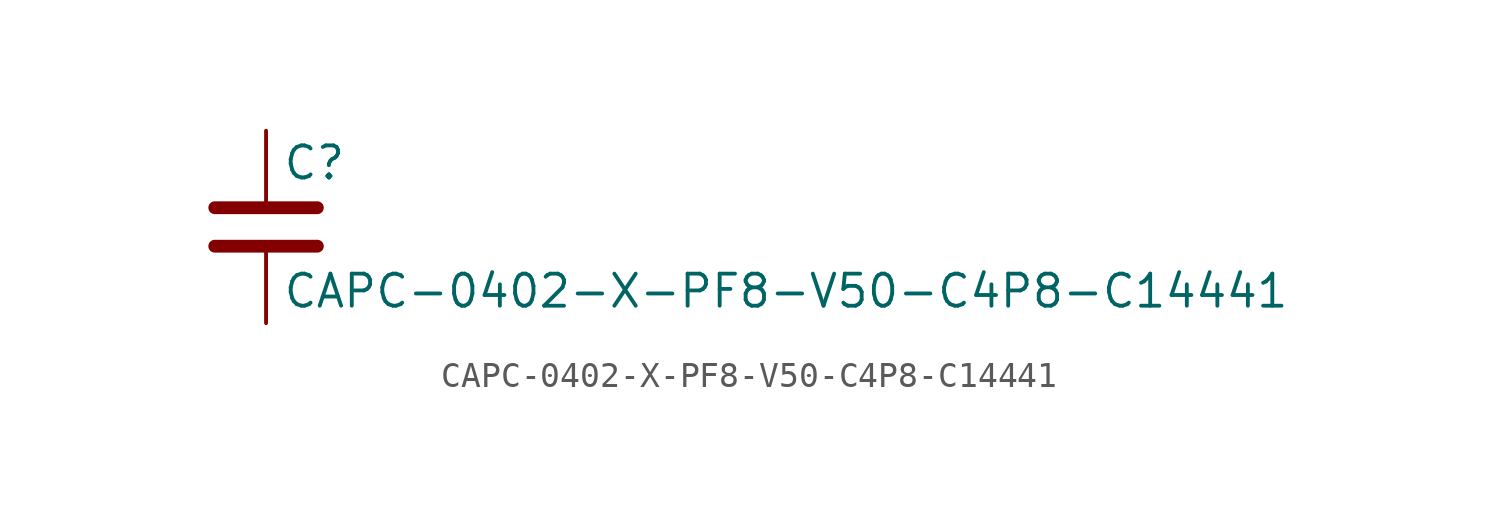
<source format=kicad_sym>
(kicad_symbol_lib
  (version 20211014)
  (generator kicad_symbol_editor)
  (symbol "CAPC-0402-X-PF8-V50-C4P8-C14441"
    (pin_numbers hide)
    (pin_names
      (offset 0.254))
    (property "Reference" "C"
      (at 0.635 2.54 0)
      (effects (font (size 1.27 1.27)) (justify left)))
    (property "Value" "CAPC-0402-X-PF8-V50-C4P8-C14441"
      (at 0.635 -2.54 0)
      (effects (font (size 1.27 1.27)) (justify left)))
    (symbol "CAPC-0402-X-PF8-V50-C4P8-C14441_0_1"
      (polyline (pts (xy -2.032 -0.762) (xy 2.032 -0.762)) (stroke (width 0.508) (type default) (color 0 0 0 0)) (fill (type none)))
      (polyline (pts (xy -2.032 0.762) (xy 2.032 0.762)) (stroke (width 0.508) (type default) (color 0 0 0 0)) (fill (type none))))
    (symbol "CAPC-0402-X-PF8-V50-C4P8-C14441_1_1"
      (pin passive line (at 0 3.81 270) (length 2.794) (name "~" (effects (font (size 1.27 1.27)))) (number "1" (effects (font (size 1.27 1.27)))))
      (pin passive line (at 0 -3.81 90) (length 2.794) (name "~" (effects (font (size 1.27 1.27)))) (number "2" (effects (font (size 1.27 1.27))))))))
</source>
